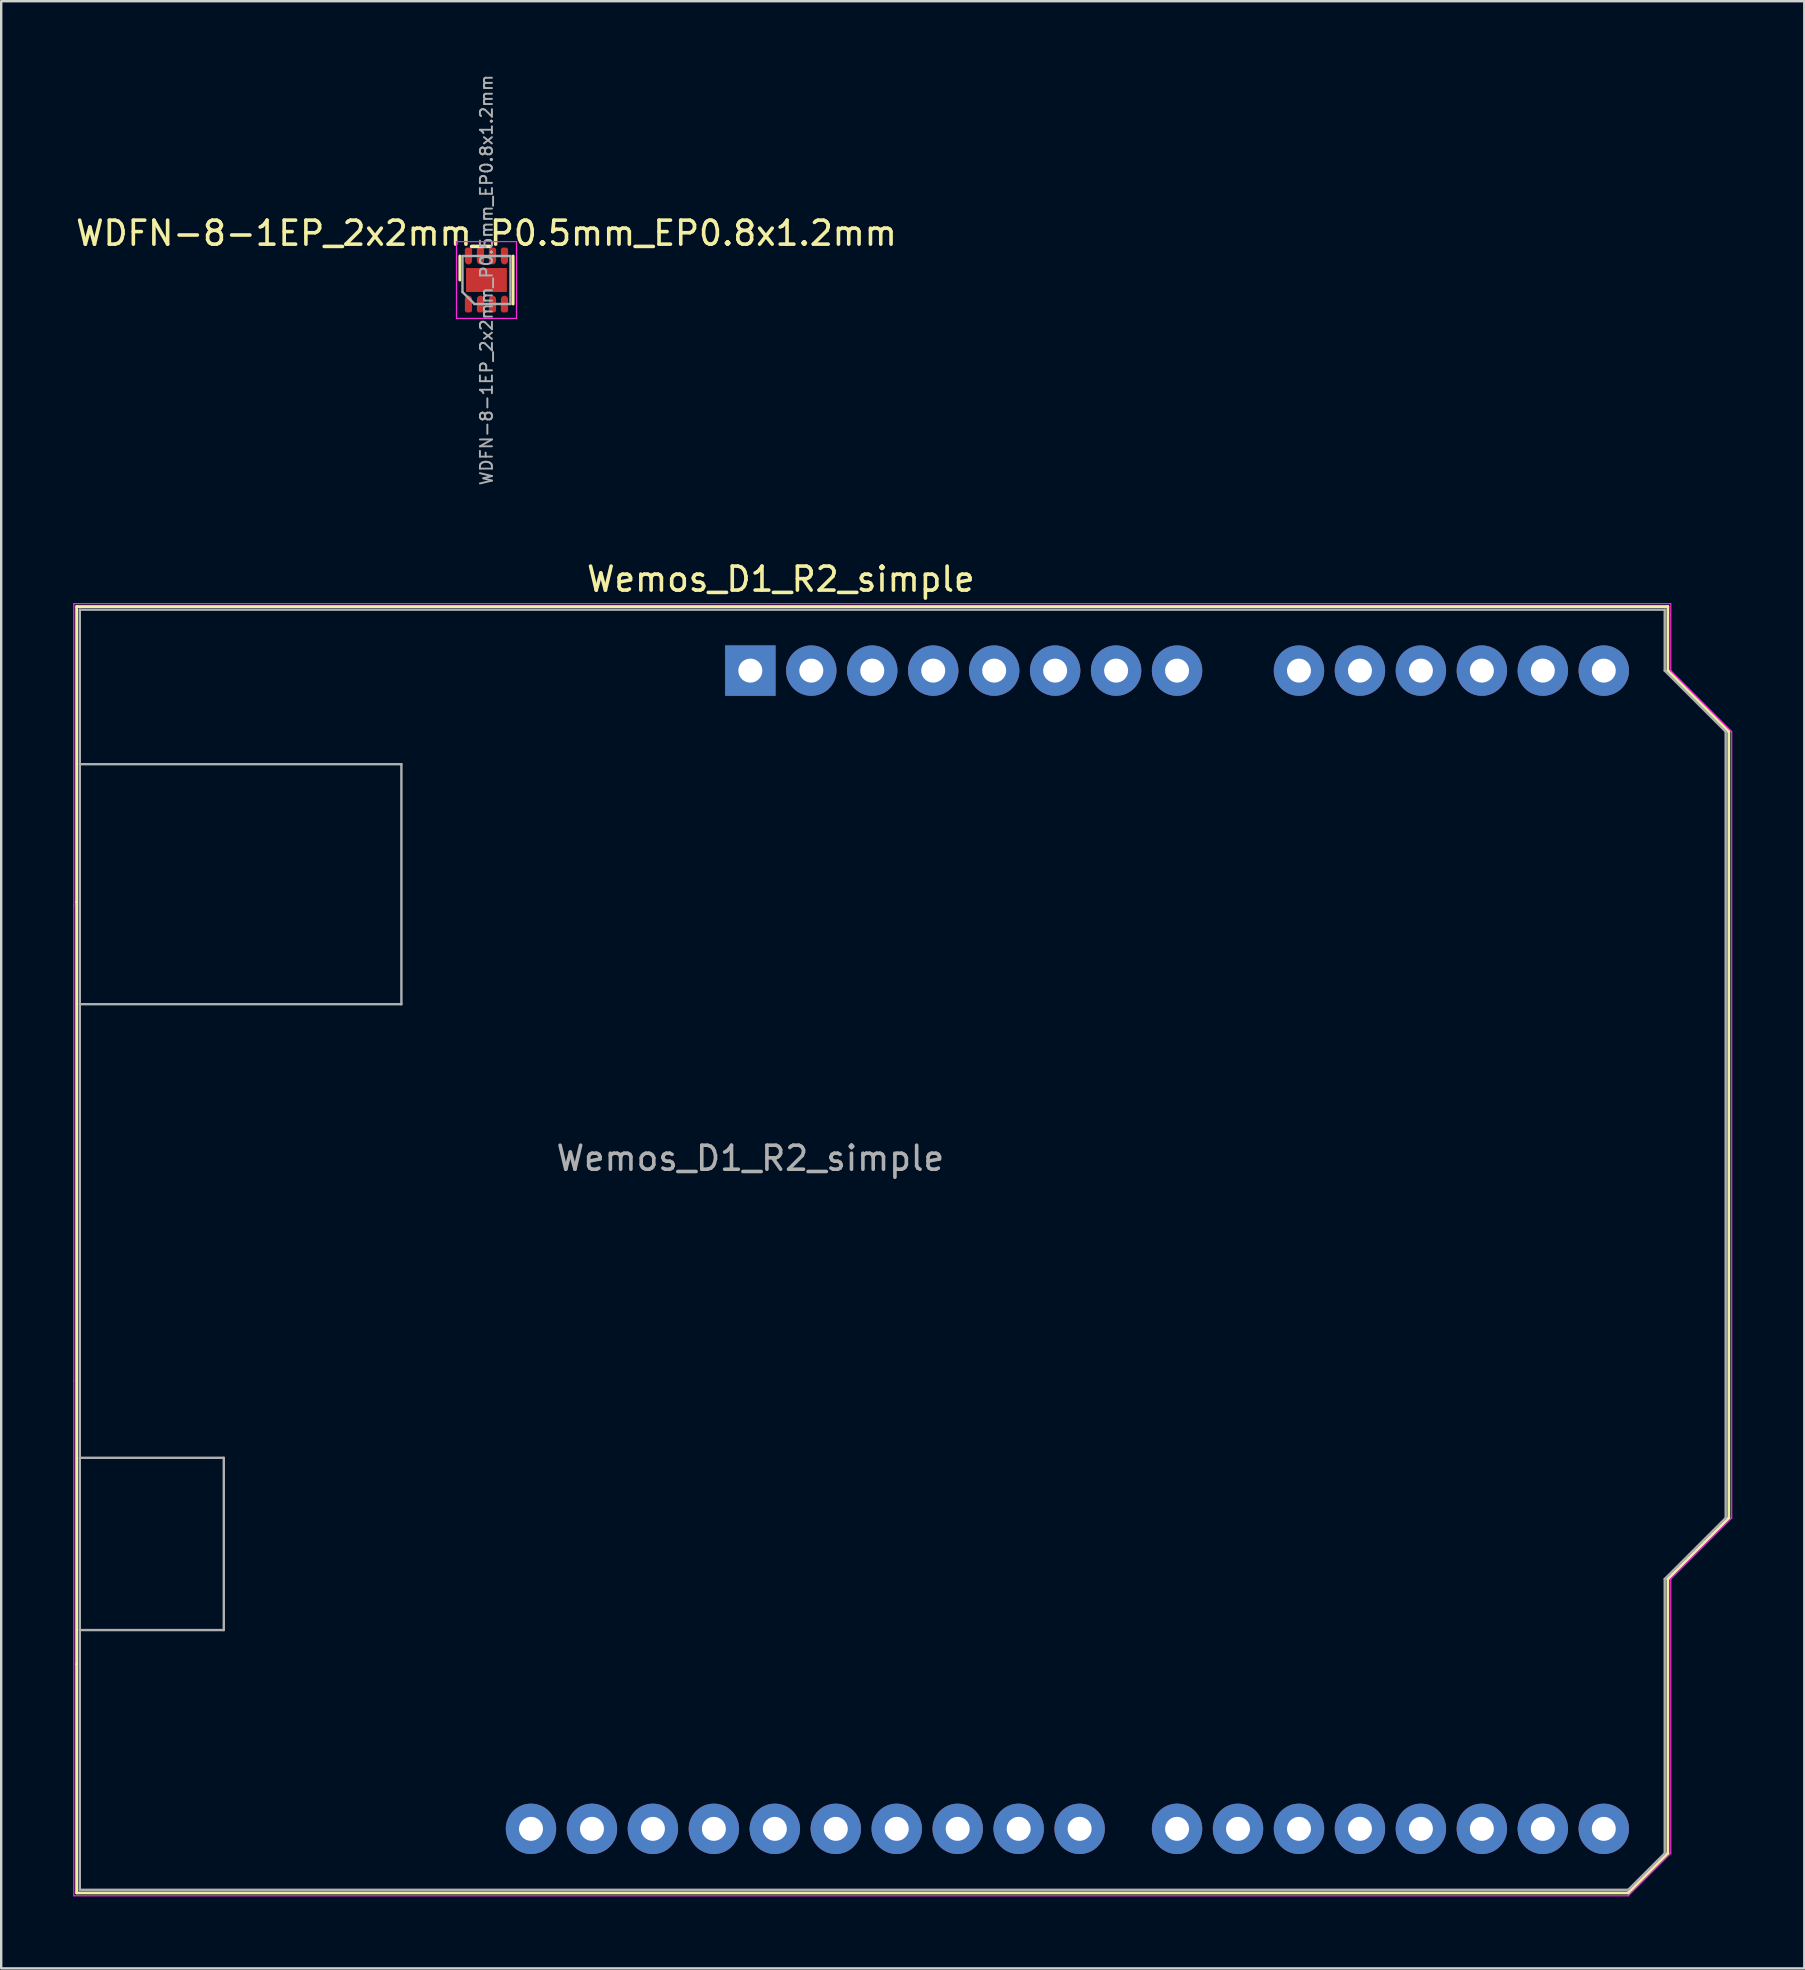
<source format=kicad_pcb>
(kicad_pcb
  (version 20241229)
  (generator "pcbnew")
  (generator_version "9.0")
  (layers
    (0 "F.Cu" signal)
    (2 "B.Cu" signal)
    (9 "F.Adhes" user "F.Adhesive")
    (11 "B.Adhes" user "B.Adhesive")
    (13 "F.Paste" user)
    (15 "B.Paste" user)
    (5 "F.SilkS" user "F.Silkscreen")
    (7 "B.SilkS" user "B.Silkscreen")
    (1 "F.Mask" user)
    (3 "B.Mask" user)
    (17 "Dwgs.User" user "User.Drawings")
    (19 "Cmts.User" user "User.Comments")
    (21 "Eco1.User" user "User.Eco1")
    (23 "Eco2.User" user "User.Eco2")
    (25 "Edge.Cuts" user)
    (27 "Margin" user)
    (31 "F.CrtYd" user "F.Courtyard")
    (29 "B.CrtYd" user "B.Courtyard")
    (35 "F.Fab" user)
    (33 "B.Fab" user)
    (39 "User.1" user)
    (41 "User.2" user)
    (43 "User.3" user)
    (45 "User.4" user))
  (footprint "Wemos_D1_R2_simple"
    (layer "F.Cu")
    (at 28.215 24.893)
    (property "Reference" "Wemos_D1_R2_simple" (at 1.27 -3.81 180) (layer "F.SilkS") (effects (font (size 1 1) (thickness 0.15))))
    (attr through_hole)
    (fp_line (start -28.07 -2.67) (end -28.07 9.65) (stroke (width 0.12) (type solid)) (layer "F.SilkS"))
    (fp_line (start -28.07 9.65) (end -28.07 41.4) (stroke (width 0.12) (type solid)) (layer "F.SilkS"))
    (fp_line (start -28.07 41.4) (end -28.07 50.93) (stroke (width 0.12) (type solid)) (layer "F.SilkS"))
    (fp_line (start -28.07 50.93) (end 36.58 50.93) (stroke (width 0.12) (type solid)) (layer "F.SilkS"))
    (fp_line (start 36.58 50.93) (end 38.23 49.28) (stroke (width 0.12) (type solid)) (layer "F.SilkS"))
    (fp_line (start 38.23 -2.67) (end -28.07 -2.67) (stroke (width 0.12) (type solid)) (layer "F.SilkS"))
    (fp_line (start 38.23 0) (end 38.23 -2.67) (stroke (width 0.12) (type solid)) (layer "F.SilkS"))
    (fp_line (start 38.23 37.85) (end 40.77 35.31) (stroke (width 0.12) (type solid)) (layer "F.SilkS"))
    (fp_line (start 38.23 49.28) (end 38.23 37.85) (stroke (width 0.12) (type solid)) (layer "F.SilkS"))
    (fp_line (start 40.77 2.54) (end 38.23 0) (stroke (width 0.12) (type solid)) (layer "F.SilkS"))
    (fp_line (start 40.77 35.31) (end 40.77 2.54) (stroke (width 0.12) (type solid)) (layer "F.SilkS"))
    (fp_line (start -28.19 -2.79) (end 38.35 -2.79) (stroke (width 0.05) (type solid)) (layer "F.CrtYd"))
    (fp_line (start -28.19 9.78) (end -28.19 -2.79) (stroke (width 0.05) (type solid)) (layer "F.CrtYd"))
    (fp_line (start -28.19 29.59) (end -28.19 9.78) (stroke (width 0.05) (type solid)) (layer "F.CrtYd"))
    (fp_line (start -28.19 51.05) (end -28.19 29.59) (stroke (width 0.05) (type solid)) (layer "F.CrtYd"))
    (fp_line (start 36.58 51.05) (end -28.19 51.05) (stroke (width 0.05) (type solid)) (layer "F.CrtYd"))
    (fp_line (start 38.35 -2.79) (end 38.35 0) (stroke (width 0.05) (type solid)) (layer "F.CrtYd"))
    (fp_line (start 38.35 0) (end 40.89 2.54) (stroke (width 0.05) (type solid)) (layer "F.CrtYd"))
    (fp_line (start 38.35 37.85) (end 38.35 49.28) (stroke (width 0.05) (type solid)) (layer "F.CrtYd"))
    (fp_line (start 38.35 49.28) (end 36.58 51.05) (stroke (width 0.05) (type solid)) (layer "F.CrtYd"))
    (fp_line (start 40.89 2.54) (end 40.89 35.31) (stroke (width 0.05) (type solid)) (layer "F.CrtYd"))
    (fp_line (start 40.89 35.31) (end 38.35 37.85) (stroke (width 0.05) (type solid)) (layer "F.CrtYd"))
    (fp_line (start -27.94 -2.54) (end 38.1 -2.54) (stroke (width 0.1) (type solid)) (layer "F.Fab"))
    (fp_line (start -27.94 3.9) (end -14.54 3.9) (stroke (width 0.1) (type solid)) (layer "F.Fab"))
    (fp_line (start -27.94 39.978) (end -21.94 39.978) (stroke (width 0.1) (type solid)) (layer "F.Fab"))
    (fp_line (start -27.94 50.8) (end -27.94 -2.54) (stroke (width 0.1) (type solid)) (layer "F.Fab"))
    (fp_line (start -21.94 32.8) (end -27.94 32.8) (stroke (width 0.1) (type solid)) (layer "F.Fab"))
    (fp_line (start -21.94 32.8) (end -21.94 39.978) (stroke (width 0.1) (type solid)) (layer "F.Fab"))
    (fp_line (start -14.54 3.9) (end -14.54 13.9) (stroke (width 0.1) (type solid)) (layer "F.Fab"))
    (fp_line (start -14.54 13.9) (end -27.94 13.9) (stroke (width 0.1) (type solid)) (layer "F.Fab"))
    (fp_line (start 36.58 50.8) (end -27.94 50.8) (stroke (width 0.1) (type solid)) (layer "F.Fab"))
    (fp_line (start 38.1 -2.54) (end 38.1 0) (stroke (width 0.1) (type solid)) (layer "F.Fab"))
    (fp_line (start 38.1 0) (end 40.64 2.54) (stroke (width 0.1) (type solid)) (layer "F.Fab"))
    (fp_line (start 38.1 37.85) (end 38.1 49.28) (stroke (width 0.1) (type solid)) (layer "F.Fab"))
    (fp_line (start 38.1 49.28) (end 36.58 50.8) (stroke (width 0.1) (type solid)) (layer "F.Fab"))
    (fp_line (start 40.64 2.54) (end 40.64 35.31) (stroke (width 0.1) (type solid)) (layer "F.Fab"))
    (fp_line (start 40.64 35.31) (end 38.1 37.85) (stroke (width 0.1) (type solid)) (layer "F.Fab"))
    (fp_text user "${REFERENCE}" (at 0 20.32 180) (layer "F.Fab") (effects (font (size 1 1) (thickness 0.15))))
    (pad "1" thru_hole rect (at 0 0 90) (size 2.1 2.1) (drill 1) (layers "*.Cu" "*.Mask"))
    (pad "2" thru_hole oval (at 2.54 0 90) (size 2.1 2.1) (drill 1) (layers "*.Cu" "*.Mask"))
    (pad "3" thru_hole oval (at 5.08 0 90) (size 2.1 2.1) (drill 1) (layers "*.Cu" "*.Mask"))
    (pad "4" thru_hole oval (at 7.62 0 90) (size 2.1 2.1) (drill 1) (layers "*.Cu" "*.Mask"))
    (pad "5" thru_hole oval (at 10.16 0 90) (size 2.1 2.1) (drill 1) (layers "*.Cu" "*.Mask"))
    (pad "6" thru_hole oval (at 12.7 0 90) (size 2.1 2.1) (drill 1) (layers "*.Cu" "*.Mask"))
    (pad "7" thru_hole oval (at 15.24 0 90) (size 2.1 2.1) (drill 1) (layers "*.Cu" "*.Mask"))
    (pad "8" thru_hole oval (at 17.78 0 90) (size 2.1 2.1) (drill 1) (layers "*.Cu" "*.Mask"))
    (pad "9" thru_hole oval (at 22.86 0 90) (size 2.1 2.1) (drill 1) (layers "*.Cu" "*.Mask"))
    (pad "10" thru_hole oval (at 25.4 0 90) (size 2.1 2.1) (drill 1) (layers "*.Cu" "*.Mask"))
    (pad "11" thru_hole oval (at 27.94 0 90) (size 2.1 2.1) (drill 1) (layers "*.Cu" "*.Mask"))
    (pad "12" thru_hole oval (at 30.48 0 90) (size 2.1 2.1) (drill 1) (layers "*.Cu" "*.Mask"))
    (pad "13" thru_hole oval (at 33.02 0 90) (size 2.1 2.1) (drill 1) (layers "*.Cu" "*.Mask"))
    (pad "14" thru_hole oval (at 35.56 0 90) (size 2.1 2.1) (drill 1) (layers "*.Cu" "*.Mask"))
    (pad "15" thru_hole oval (at 35.56 48.26 90) (size 2.1 2.1) (drill 1) (layers "*.Cu" "*.Mask"))
    (pad "16" thru_hole oval (at 33.02 48.26 90) (size 2.1 2.1) (drill 1) (layers "*.Cu" "*.Mask"))
    (pad "17" thru_hole oval (at 30.48 48.26 90) (size 2.1 2.1) (drill 1) (layers "*.Cu" "*.Mask"))
    (pad "18" thru_hole oval (at 27.94 48.26 90) (size 2.1 2.1) (drill 1) (layers "*.Cu" "*.Mask"))
    (pad "19" thru_hole oval (at 25.4 48.26 90) (size 2.1 2.1) (drill 1) (layers "*.Cu" "*.Mask"))
    (pad "20" thru_hole oval (at 22.86 48.26 90) (size 2.1 2.1) (drill 1) (layers "*.Cu" "*.Mask"))
    (pad "21" thru_hole oval (at 20.32 48.26 90) (size 2.1 2.1) (drill 1) (layers "*.Cu" "*.Mask"))
    (pad "22" thru_hole oval (at 17.78 48.26 90) (size 2.1 2.1) (drill 1) (layers "*.Cu" "*.Mask"))
    (pad "23" thru_hole oval (at 13.72 48.26 90) (size 2.1 2.1) (drill 1) (layers "*.Cu" "*.Mask"))
    (pad "24" thru_hole oval (at 11.18 48.26 90) (size 2.1 2.1) (drill 1) (layers "*.Cu" "*.Mask"))
    (pad "25" thru_hole oval (at 8.64 48.26 90) (size 2.1 2.1) (drill 1) (layers "*.Cu" "*.Mask"))
    (pad "26" thru_hole oval (at 6.1 48.26 90) (size 2.1 2.1) (drill 1) (layers "*.Cu" "*.Mask"))
    (pad "27" thru_hole oval (at 3.56 48.26 90) (size 2.1 2.1) (drill 1) (layers "*.Cu" "*.Mask"))
    (pad "28" thru_hole oval (at 1.02 48.26 90) (size 2.1 2.1) (drill 1) (layers "*.Cu" "*.Mask"))
    (pad "29" thru_hole oval (at -1.52 48.26 90) (size 2.1 2.1) (drill 1) (layers "*.Cu" "*.Mask"))
    (pad "30" thru_hole oval (at -4.06 48.26 90) (size 2.1 2.1) (drill 1) (layers "*.Cu" "*.Mask"))
    (pad "31" thru_hole oval (at -6.6 48.26 90) (size 2.1 2.1) (drill 1) (layers "*.Cu" "*.Mask"))
    (pad "32" thru_hole oval (at -9.14 48.26 90) (size 2.1 2.1) (drill 1) (layers "*.Cu" "*.Mask")))
  (footprint "WDFN-8-1EP_2x2mm_P0.5mm_EP0.8x1.2mm"
    (layer "F.Cu")
    (at 17.22 8.618)
    (property "Reference" "WDFN-8-1EP_2x2mm_P0.5mm_EP0.8x1.2mm" (at 0 -1.95 0) (layer "F.SilkS") (effects (font (size 1 1) (thickness 0.15))))
    (attr smd)
    (fp_line (start -1.11 0) (end -1.11 -1) (stroke (width 0.12) (type solid)) (layer "F.SilkS"))
    (fp_line (start 1.11 1) (end 1.11 -1) (stroke (width 0.12) (type solid)) (layer "F.SilkS"))
    (fp_line (start -1.25 -1.6) (end -1.25 1.6) (stroke (width 0.05) (type solid)) (layer "F.CrtYd"))
    (fp_line (start -1.25 1.6) (end 1.25 1.6) (stroke (width 0.05) (type solid)) (layer "F.CrtYd"))
    (fp_line (start 1.25 -1.6) (end -1.25 -1.6) (stroke (width 0.05) (type solid)) (layer "F.CrtYd"))
    (fp_line (start 1.25 1.6) (end 1.25 -1.6) (stroke (width 0.05) (type solid)) (layer "F.CrtYd"))
    (fp_line (start -1 -1) (end 1 -1) (stroke (width 0.1) (type solid)) (layer "F.Fab"))
    (fp_line (start -1 0.5) (end -1 -1) (stroke (width 0.1) (type solid)) (layer "F.Fab"))
    (fp_line (start -0.5 1) (end -1 0.5) (stroke (width 0.1) (type solid)) (layer "F.Fab"))
    (fp_line (start 1 -1) (end 1 1) (stroke (width 0.1) (type solid)) (layer "F.Fab"))
    (fp_line (start 1 1) (end -0.5 1) (stroke (width 0.1) (type solid)) (layer "F.Fab"))
    (fp_text user "${REFERENCE}" (at 0 0 270) (layer "F.Fab") (effects (font (size 0.5 0.5) (thickness 0.08))))
    (pad "" smd roundrect (at -0.42 -0.24 90) (size 0.4 0.75) (layers "F.Paste") (roundrect_rratio 0.25))
    (pad "" smd roundrect (at -0.42 0.24 90) (size 0.4 0.75) (layers "F.Paste") (roundrect_rratio 0.25))
    (pad "" smd roundrect (at 0.42 -0.24 90) (size 0.4 0.75) (layers "F.Paste") (roundrect_rratio 0.25))
    (pad "" smd roundrect (at 0.42 0.24 90) (size 0.4 0.75) (layers "F.Paste") (roundrect_rratio 0.25))
    (pad "1" smd roundrect (at -0.75 1 90) (size 0.7 0.3) (layers "F.Cu" "F.Mask" "F.Paste") (roundrect_rratio 0.5) (chamfer_ratio 0.2) (chamfer top_left bottom_left))
    (pad "2" smd roundrect (at -0.25 1 90) (size 0.7 0.3) (layers "F.Cu" "F.Mask" "F.Paste") (roundrect_rratio 0.5) (chamfer_ratio 0.2) (chamfer top_left bottom_left))
    (pad "3" smd roundrect (at 0.25 1 90) (size 0.7 0.3) (layers "F.Cu" "F.Mask" "F.Paste") (roundrect_rratio 0.5) (chamfer_ratio 0.2) (chamfer top_left bottom_left))
    (pad "4" smd roundrect (at 0.75 1 90) (size 0.7 0.3) (layers "F.Cu" "F.Mask" "F.Paste") (roundrect_rratio 0.5) (chamfer_ratio 0.2) (chamfer top_left bottom_left))
    (pad "5" smd roundrect (at 0.75 -1 270) (size 0.7 0.3) (layers "F.Cu" "F.Mask" "F.Paste") (roundrect_rratio 0.5) (chamfer_ratio 0.2) (chamfer top_left bottom_left))
    (pad "6" smd roundrect (at 0.25 -1 270) (size 0.7 0.3) (layers "F.Cu" "F.Mask" "F.Paste") (roundrect_rratio 0.5) (chamfer_ratio 0.2) (chamfer top_left bottom_left))
    (pad "7" smd roundrect (at -0.25 -1 270) (size 0.7 0.3) (layers "F.Cu" "F.Mask" "F.Paste") (roundrect_rratio 0.5) (chamfer_ratio 0.2) (chamfer top_left bottom_left))
    (pad "8" smd roundrect (at -0.75 -1 270) (size 0.7 0.3) (layers "F.Cu" "F.Mask" "F.Paste") (roundrect_rratio 0.5) (chamfer_ratio 0.2) (chamfer top_left bottom_left))
    (pad "9" smd rect (at 0 0 90) (size 1 1.7) (layers "F.Cu" "F.Mask")))
  (gr_rect
    (start -3 -3)
    (end 72.13 78.968)
    (stroke (width 0.1) (type default))
    (fill no)
    (layer "Edge.Cuts")))
</source>
